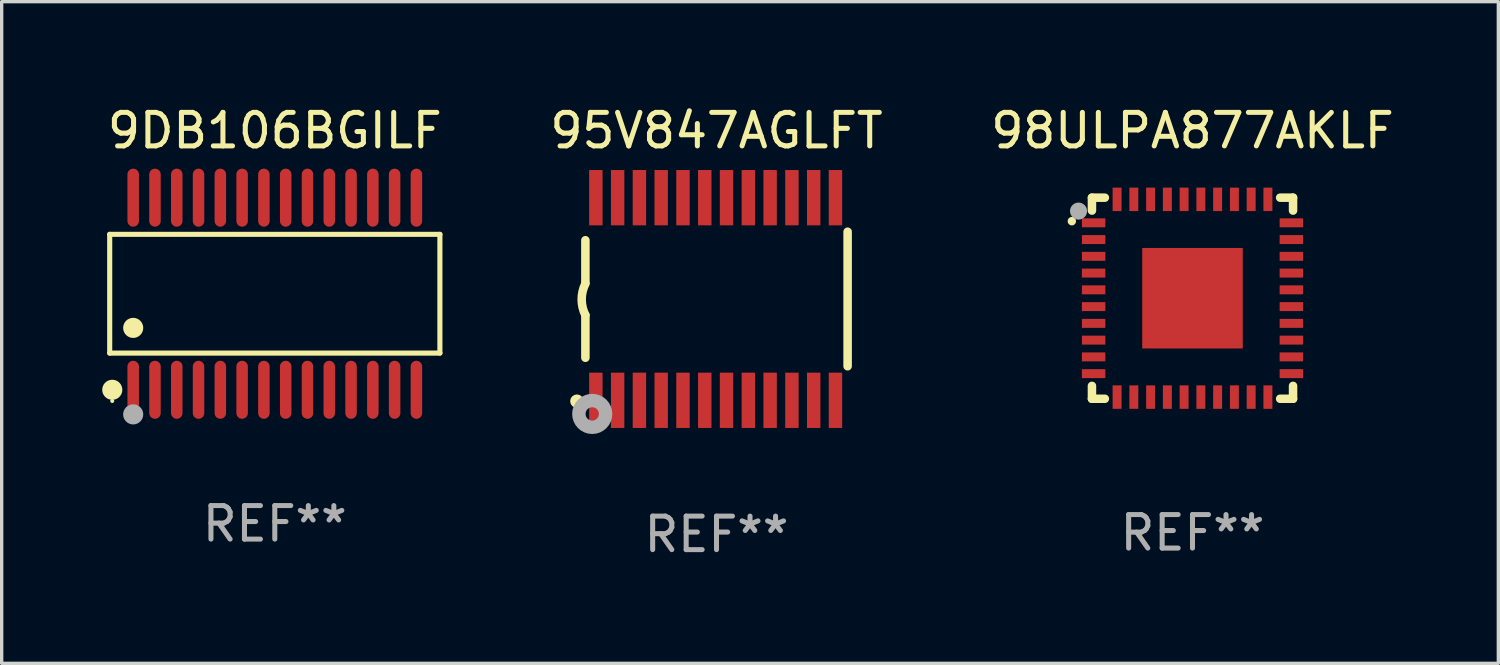
<source format=kicad_pcb>
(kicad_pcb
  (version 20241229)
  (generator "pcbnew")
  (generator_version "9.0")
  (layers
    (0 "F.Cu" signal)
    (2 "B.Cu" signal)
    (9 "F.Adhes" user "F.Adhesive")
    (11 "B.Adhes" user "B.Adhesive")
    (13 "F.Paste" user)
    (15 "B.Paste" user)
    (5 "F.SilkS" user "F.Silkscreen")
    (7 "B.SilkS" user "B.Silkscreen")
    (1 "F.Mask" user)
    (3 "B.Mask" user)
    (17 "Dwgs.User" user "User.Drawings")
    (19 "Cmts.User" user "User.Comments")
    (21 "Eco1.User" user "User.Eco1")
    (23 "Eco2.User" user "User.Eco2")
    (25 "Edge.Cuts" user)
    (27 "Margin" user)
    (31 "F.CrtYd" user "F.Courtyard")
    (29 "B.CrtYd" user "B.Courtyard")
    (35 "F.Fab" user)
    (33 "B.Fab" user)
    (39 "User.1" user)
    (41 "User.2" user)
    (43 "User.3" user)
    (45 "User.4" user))
  (footprint "9DB106BGILF"
    (layer "F.Cu")
    (at 5.149 5.714)
    (property "Reference" "9DB106BGILF" (at 0 -4.866 0) (layer "F.SilkS") (effects (font (size 1 1) (thickness 0.15))))
    (attr through_hole)
    (fp_line (start -4.926 -1.772) (end 4.926 -1.772) (stroke (width 0.152) (type solid)) (layer "F.SilkS"))
    (fp_line (start -4.926 1.771) (end -4.926 -1.772) (stroke (width 0.152) (type solid)) (layer "F.SilkS"))
    (fp_line (start 4.926 -1.772) (end 4.926 1.771) (stroke (width 0.152) (type solid)) (layer "F.SilkS"))
    (fp_line (start 4.926 1.771) (end -4.926 1.771) (stroke (width 0.152) (type solid)) (layer "F.SilkS"))
    (fp_circle (center -4.85 3.2) (end -4.82 3.2) (stroke (width 0.06) (type solid)) (fill no) (layer "F.SilkS"))
    (fp_circle (center -4.849 2.866) (end -4.699 2.866) (stroke (width 0.3) (type solid)) (fill no) (layer "F.SilkS"))
    (fp_circle (center -4.225 1.019) (end -4.075 1.019) (stroke (width 0.3) (type solid)) (fill no) (layer "F.SilkS"))
    (fp_circle (center -4.225 3.6) (end -4.075 3.6) (stroke (width 0.3) (type solid)) (fill no) (layer "F.Fab"))
    (fp_text user "REF**" (at 0 6.866 0) (layer "F.Fab") (effects (font (size 1 1) (thickness 0.15))))
    (pad "1" smd oval (at -4.225 2.866) (size 0.343 1.731) (layers "F.Cu" "F.Mask" "F.Paste"))
    (pad "2" smd oval (at -3.575 2.866) (size 0.343 1.731) (layers "F.Cu" "F.Mask" "F.Paste"))
    (pad "3" smd oval (at -2.925 2.866) (size 0.343 1.731) (layers "F.Cu" "F.Mask" "F.Paste"))
    (pad "4" smd oval (at -2.275 2.866) (size 0.343 1.731) (layers "F.Cu" "F.Mask" "F.Paste"))
    (pad "5" smd oval (at -1.625 2.866) (size 0.343 1.731) (layers "F.Cu" "F.Mask" "F.Paste"))
    (pad "6" smd oval (at -0.975 2.866) (size 0.343 1.731) (layers "F.Cu" "F.Mask" "F.Paste"))
    (pad "7" smd oval (at -0.325 2.866) (size 0.343 1.731) (layers "F.Cu" "F.Mask" "F.Paste"))
    (pad "8" smd oval (at 0.325 2.866) (size 0.343 1.731) (layers "F.Cu" "F.Mask" "F.Paste"))
    (pad "9" smd oval (at 0.975 2.866) (size 0.343 1.731) (layers "F.Cu" "F.Mask" "F.Paste"))
    (pad "10" smd oval (at 1.625 2.866) (size 0.343 1.731) (layers "F.Cu" "F.Mask" "F.Paste"))
    (pad "11" smd oval (at 2.275 2.866) (size 0.343 1.731) (layers "F.Cu" "F.Mask" "F.Paste"))
    (pad "12" smd oval (at 2.925 2.866) (size 0.343 1.731) (layers "F.Cu" "F.Mask" "F.Paste"))
    (pad "13" smd oval (at 3.575 2.866) (size 0.343 1.731) (layers "F.Cu" "F.Mask" "F.Paste"))
    (pad "14" smd oval (at 4.225 2.866) (size 0.343 1.731) (layers "F.Cu" "F.Mask" "F.Paste"))
    (pad "15" smd oval (at 4.225 -2.866) (size 0.343 1.731) (layers "F.Cu" "F.Mask" "F.Paste"))
    (pad "16" smd oval (at 3.575 -2.866) (size 0.343 1.731) (layers "F.Cu" "F.Mask" "F.Paste"))
    (pad "17" smd oval (at 2.925 -2.866) (size 0.343 1.731) (layers "F.Cu" "F.Mask" "F.Paste"))
    (pad "18" smd oval (at 2.275 -2.866) (size 0.343 1.731) (layers "F.Cu" "F.Mask" "F.Paste"))
    (pad "19" smd oval (at 1.625 -2.866) (size 0.343 1.731) (layers "F.Cu" "F.Mask" "F.Paste"))
    (pad "20" smd oval (at 0.975 -2.866) (size 0.343 1.731) (layers "F.Cu" "F.Mask" "F.Paste"))
    (pad "21" smd oval (at 0.325 -2.866) (size 0.343 1.731) (layers "F.Cu" "F.Mask" "F.Paste"))
    (pad "22" smd oval (at -0.325 -2.866) (size 0.343 1.731) (layers "F.Cu" "F.Mask" "F.Paste"))
    (pad "23" smd oval (at -0.975 -2.866) (size 0.343 1.731) (layers "F.Cu" "F.Mask" "F.Paste"))
    (pad "24" smd oval (at -1.625 -2.866) (size 0.343 1.731) (layers "F.Cu" "F.Mask" "F.Paste"))
    (pad "25" smd oval (at -2.275 -2.866) (size 0.343 1.731) (layers "F.Cu" "F.Mask" "F.Paste"))
    (pad "26" smd oval (at -2.925 -2.866) (size 0.343 1.731) (layers "F.Cu" "F.Mask" "F.Paste"))
    (pad "27" smd oval (at -3.575 -2.866) (size 0.343 1.731) (layers "F.Cu" "F.Mask" "F.Paste"))
    (pad "28" smd oval (at -4.225 -2.866) (size 0.343 1.731) (layers "F.Cu" "F.Mask" "F.Paste")))
  (footprint "98ULPA877AKLF"
    (layer "F.Cu")
    (at 32.53 5.848)
    (property "Reference" "98ULPA877AKLF" (at 0 -5 0) (layer "F.SilkS") (effects (font (size 1 1) (thickness 0.15))))
    (attr through_hole)
    (fp_line (start -3 -3) (end -2.615 -3) (stroke (width 0.254) (type solid)) (layer "F.SilkS"))
    (fp_line (start -3 -2.615) (end -3 -3) (stroke (width 0.254) (type solid)) (layer "F.SilkS"))
    (fp_line (start -3 3) (end -3 2.615) (stroke (width 0.254) (type solid)) (layer "F.SilkS"))
    (fp_line (start -2.615 3) (end -3 3) (stroke (width 0.254) (type solid)) (layer "F.SilkS"))
    (fp_line (start 2.615 -3) (end 3 -3) (stroke (width 0.254) (type solid)) (layer "F.SilkS"))
    (fp_line (start 3 -3) (end 3 -2.615) (stroke (width 0.254) (type solid)) (layer "F.SilkS"))
    (fp_line (start 3 2.615) (end 3 3) (stroke (width 0.254) (type solid)) (layer "F.SilkS"))
    (fp_line (start 3 3) (end 2.615 3) (stroke (width 0.254) (type solid)) (layer "F.SilkS"))
    (fp_arc (start -3.6 -2.29746) (mid -3.600006 -2.29873) (end -3.6 -2.3) (stroke (width 0.24892) (type solid)) (layer "F.SilkS"))
    (fp_circle (center -3 -3) (end -2.97 -3) (stroke (width 0.06) (type solid)) (fill no) (layer "F.SilkS"))
    (fp_circle (center -3.4 -2.6) (end -3.273 -2.6) (stroke (width 0.254) (type solid)) (fill no) (layer "F.Fab"))
    (fp_text user "REF**" (at 0 7 0) (layer "F.Fab") (effects (font (size 1 1) (thickness 0.15))))
    (pad "1" smd rect (at -2.95 -2.25 270) (size 0.267 0.7) (layers "F.Cu" "F.Mask" "F.Paste"))
    (pad "2" smd rect (at -2.95 -1.75 270) (size 0.267 0.7) (layers "F.Cu" "F.Mask" "F.Paste"))
    (pad "3" smd rect (at -2.95 -1.25 270) (size 0.267 0.7) (layers "F.Cu" "F.Mask" "F.Paste"))
    (pad "4" smd rect (at -2.95 -0.75 270) (size 0.267 0.7) (layers "F.Cu" "F.Mask" "F.Paste"))
    (pad "5" smd rect (at -2.95 -0.25 270) (size 0.267 0.7) (layers "F.Cu" "F.Mask" "F.Paste"))
    (pad "6" smd rect (at -2.95 0.25 270) (size 0.267 0.7) (layers "F.Cu" "F.Mask" "F.Paste"))
    (pad "7" smd rect (at -2.95 0.75 270) (size 0.267 0.7) (layers "F.Cu" "F.Mask" "F.Paste"))
    (pad "8" smd rect (at -2.95 1.25 270) (size 0.267 0.7) (layers "F.Cu" "F.Mask" "F.Paste"))
    (pad "9" smd rect (at -2.95 1.75 270) (size 0.267 0.7) (layers "F.Cu" "F.Mask" "F.Paste"))
    (pad "10" smd rect (at -2.95 2.25 270) (size 0.267 0.7) (layers "F.Cu" "F.Mask" "F.Paste"))
    (pad "11" smd rect (at -2.25 2.95 270) (size 0.7 0.267) (layers "F.Cu" "F.Mask" "F.Paste"))
    (pad "12" smd rect (at -1.75 2.95 270) (size 0.7 0.267) (layers "F.Cu" "F.Mask" "F.Paste"))
    (pad "13" smd rect (at -1.25 2.95 270) (size 0.7 0.267) (layers "F.Cu" "F.Mask" "F.Paste"))
    (pad "14" smd rect (at -0.75 2.95 270) (size 0.7 0.267) (layers "F.Cu" "F.Mask" "F.Paste"))
    (pad "15" smd rect (at -0.25 2.95 270) (size 0.7 0.267) (layers "F.Cu" "F.Mask" "F.Paste"))
    (pad "16" smd rect (at 0.25 2.95 270) (size 0.7 0.267) (layers "F.Cu" "F.Mask" "F.Paste"))
    (pad "17" smd rect (at 0.75 2.95 270) (size 0.7 0.267) (layers "F.Cu" "F.Mask" "F.Paste"))
    (pad "18" smd rect (at 1.25 2.95 270) (size 0.7 0.267) (layers "F.Cu" "F.Mask" "F.Paste"))
    (pad "19" smd rect (at 1.75 2.95 270) (size 0.7 0.267) (layers "F.Cu" "F.Mask" "F.Paste"))
    (pad "20" smd rect (at 2.25 2.95 270) (size 0.7 0.267) (layers "F.Cu" "F.Mask" "F.Paste"))
    (pad "21" smd rect (at 2.95 2.25 270) (size 0.267 0.7) (layers "F.Cu" "F.Mask" "F.Paste"))
    (pad "22" smd rect (at 2.95 1.75 270) (size 0.267 0.7) (layers "F.Cu" "F.Mask" "F.Paste"))
    (pad "23" smd rect (at 2.95 1.25 270) (size 0.267 0.7) (layers "F.Cu" "F.Mask" "F.Paste"))
    (pad "24" smd rect (at 2.95 0.75 270) (size 0.267 0.7) (layers "F.Cu" "F.Mask" "F.Paste"))
    (pad "25" smd rect (at 2.95 0.25 270) (size 0.267 0.7) (layers "F.Cu" "F.Mask" "F.Paste"))
    (pad "26" smd rect (at 2.95 -0.25 270) (size 0.267 0.7) (layers "F.Cu" "F.Mask" "F.Paste"))
    (pad "27" smd rect (at 2.95 -0.75 270) (size 0.267 0.7) (layers "F.Cu" "F.Mask" "F.Paste"))
    (pad "28" smd rect (at 2.95 -1.25 270) (size 0.267 0.7) (layers "F.Cu" "F.Mask" "F.Paste"))
    (pad "29" smd rect (at 2.95 -1.75 270) (size 0.267 0.7) (layers "F.Cu" "F.Mask" "F.Paste"))
    (pad "30" smd rect (at 2.95 -2.25 270) (size 0.267 0.7) (layers "F.Cu" "F.Mask" "F.Paste"))
    (pad "31" smd rect (at 2.25 -2.95 270) (size 0.7 0.267) (layers "F.Cu" "F.Mask" "F.Paste"))
    (pad "32" smd rect (at 1.75 -2.95 270) (size 0.7 0.267) (layers "F.Cu" "F.Mask" "F.Paste"))
    (pad "33" smd rect (at 1.25 -2.95 270) (size 0.7 0.267) (layers "F.Cu" "F.Mask" "F.Paste"))
    (pad "34" smd rect (at 0.75 -2.95 270) (size 0.7 0.267) (layers "F.Cu" "F.Mask" "F.Paste"))
    (pad "35" smd rect (at 0.25 -2.95 270) (size 0.7 0.267) (layers "F.Cu" "F.Mask" "F.Paste"))
    (pad "36" smd rect (at -0.25 -2.95 270) (size 0.7 0.267) (layers "F.Cu" "F.Mask" "F.Paste"))
    (pad "37" smd rect (at -0.75 -2.95 270) (size 0.7 0.267) (layers "F.Cu" "F.Mask" "F.Paste"))
    (pad "38" smd rect (at -1.25 -2.95 270) (size 0.7 0.267) (layers "F.Cu" "F.Mask" "F.Paste"))
    (pad "39" smd rect (at -1.75 -2.95 270) (size 0.7 0.267) (layers "F.Cu" "F.Mask" "F.Paste"))
    (pad "40" smd rect (at -2.25 -2.95 270) (size 0.7 0.267) (layers "F.Cu" "F.Mask" "F.Paste"))
    (pad "41" smd rect (at -0.000127 0.000076 270) (size 3 3) (layers "F.Cu" "F.Mask" "F.Paste")))
  (footprint "95V847AGLFT"
    (layer "F.Cu")
    (at 18.328 5.871)
    (property "Reference" "95V847AGLFT" (at 0 -5.023 0) (layer "F.SilkS") (effects (font (size 1 1) (thickness 0.15))))
    (attr through_hole)
    (fp_line (start -3.912 -0.483) (end -3.912 -1.753) (stroke (width 0.254) (type solid)) (layer "F.SilkS"))
    (fp_line (start -3.912 1.753) (end -3.912 0.483) (stroke (width 0.254) (type solid)) (layer "F.SilkS"))
    (fp_line (start 3.912 -2.007) (end 3.912 2.007) (stroke (width 0.254) (type solid)) (layer "F.SilkS"))
    (fp_arc (start -3.911608 0.482601) (mid -4.022537 0.0127) (end -3.911608 -0.457201) (stroke (width 0.254001) (type solid)) (layer "F.SilkS"))
    (fp_circle (center -4.166 3.048) (end -4.066 3.048) (stroke (width 0.2) (type solid)) (fill no) (layer "F.SilkS"))
    (fp_circle (center -3.925 3.186) (end -3.895 3.186) (stroke (width 0.06) (type solid)) (fill no) (layer "F.SilkS"))
    (fp_circle (center -3.708 3.429) (end -3.509 3.429) (stroke (width 0.4) (type solid)) (fill no) (layer "F.Fab"))
    (fp_text user "REF**" (at 0 7.023 0) (layer "F.Fab") (effects (font (size 1 1) (thickness 0.15))))
    (pad "1" smd rect (at -3.6 3.023) (size 0.4 1.65) (layers "F.Cu" "F.Mask" "F.Paste"))
    (pad "2" smd rect (at -2.95 3.023) (size 0.4 1.65) (layers "F.Cu" "F.Mask" "F.Paste"))
    (pad "3" smd rect (at -2.3 3.023) (size 0.4 1.65) (layers "F.Cu" "F.Mask" "F.Paste"))
    (pad "4" smd rect (at -1.65 3.023) (size 0.4 1.65) (layers "F.Cu" "F.Mask" "F.Paste"))
    (pad "5" smd rect (at -1 3.023) (size 0.4 1.65) (layers "F.Cu" "F.Mask" "F.Paste"))
    (pad "6" smd rect (at -0.35 3.023) (size 0.4 1.65) (layers "F.Cu" "F.Mask" "F.Paste"))
    (pad "7" smd rect (at 0.299 3.023) (size 0.4 1.65) (layers "F.Cu" "F.Mask" "F.Paste"))
    (pad "8" smd rect (at 0.95 3.023) (size 0.4 1.65) (layers "F.Cu" "F.Mask" "F.Paste"))
    (pad "9" smd rect (at 1.6 3.023) (size 0.4 1.65) (layers "F.Cu" "F.Mask" "F.Paste"))
    (pad "10" smd rect (at 2.25 3.023) (size 0.4 1.65) (layers "F.Cu" "F.Mask" "F.Paste"))
    (pad "11" smd rect (at 2.9 3.023) (size 0.4 1.65) (layers "F.Cu" "F.Mask" "F.Paste"))
    (pad "12" smd rect (at 3.549 3.023) (size 0.4 1.65) (layers "F.Cu" "F.Mask" "F.Paste"))
    (pad "13" smd rect (at 3.549 -3.023) (size 0.4 1.65) (layers "F.Cu" "F.Mask" "F.Paste"))
    (pad "14" smd rect (at 2.9 -3.023) (size 0.4 1.65) (layers "F.Cu" "F.Mask" "F.Paste"))
    (pad "15" smd rect (at 2.25 -3.023) (size 0.4 1.65) (layers "F.Cu" "F.Mask" "F.Paste"))
    (pad "16" smd rect (at 1.6 -3.023) (size 0.4 1.65) (layers "F.Cu" "F.Mask" "F.Paste"))
    (pad "17" smd rect (at 0.95 -3.023) (size 0.4 1.65) (layers "F.Cu" "F.Mask" "F.Paste"))
    (pad "18" smd rect (at 0.299 -3.023) (size 0.4 1.65) (layers "F.Cu" "F.Mask" "F.Paste"))
    (pad "19" smd rect (at -0.35 -3.023) (size 0.4 1.65) (layers "F.Cu" "F.Mask" "F.Paste"))
    (pad "20" smd rect (at -1 -3.023) (size 0.4 1.65) (layers "F.Cu" "F.Mask" "F.Paste"))
    (pad "21" smd rect (at -1.65 -3.023) (size 0.4 1.65) (layers "F.Cu" "F.Mask" "F.Paste"))
    (pad "22" smd rect (at -2.3 -3.023) (size 0.4 1.65) (layers "F.Cu" "F.Mask" "F.Paste"))
    (pad "23" smd rect (at -2.95 -3.023) (size 0.4 1.65) (layers "F.Cu" "F.Mask" "F.Paste"))
    (pad "24" smd rect (at -3.6 -3.023) (size 0.4 1.65) (layers "F.Cu" "F.Mask" "F.Paste")))
  (gr_rect
    (start -3 -3)
    (end 41.655 16.742)
    (stroke (width 0.1) (type default))
    (fill no)
    (layer "Edge.Cuts")))
</source>
